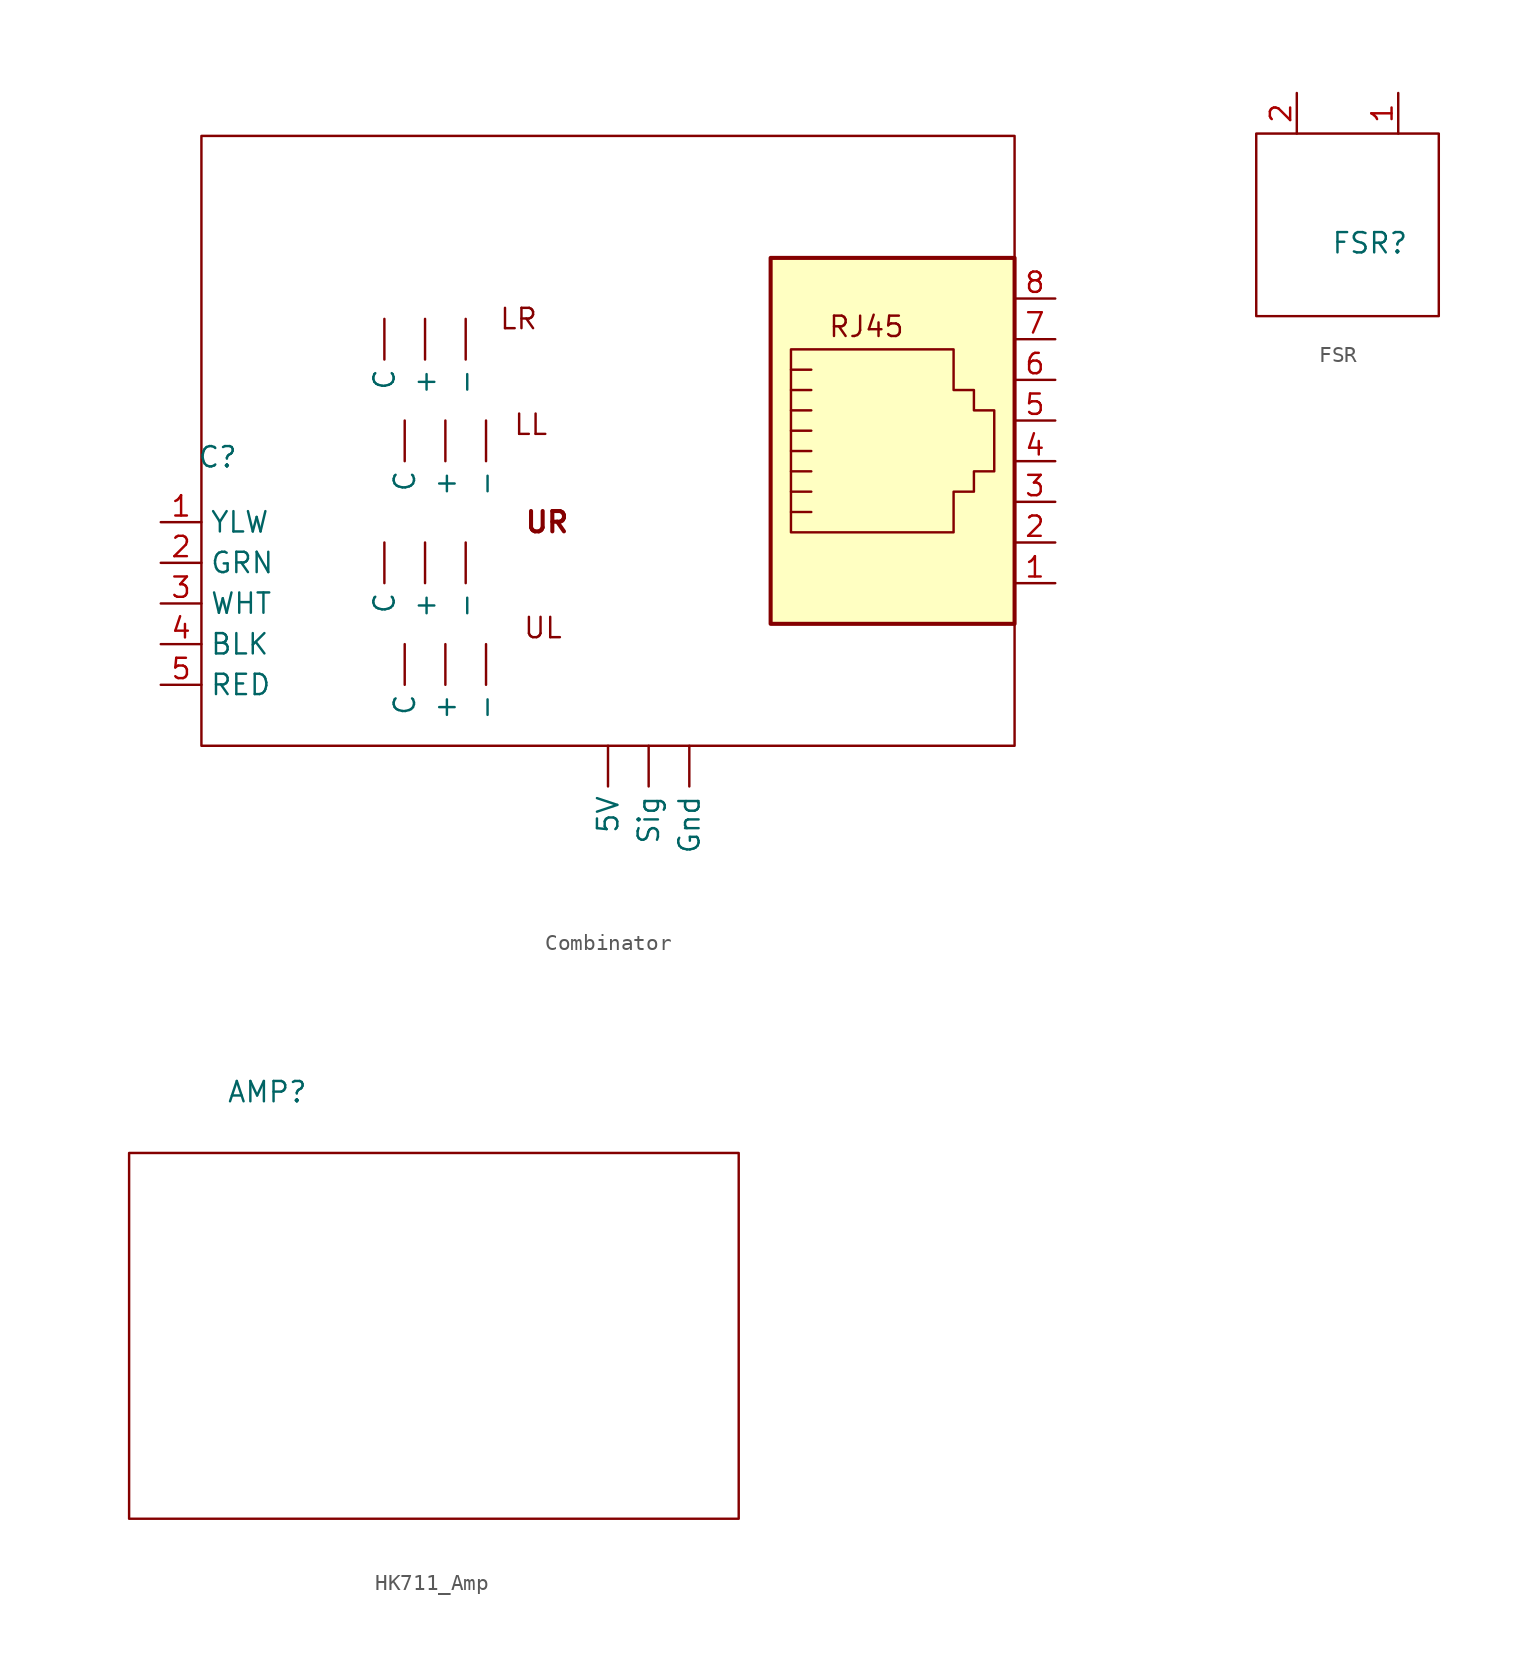
<source format=kicad_sym>
(kicad_symbol_lib
  (version 20231120)
  (generator "kicad_symbol_editor")
  (generator_version "8.0")
  (symbol "Combinator"
    (property "Reference" "C"
      (at 1.016 18.034 0)
      (effects (font (size 1.27 1.27))))
    (property "Value" ""
      (at 0 0 0)
      (effects (font (size 1.27 1.27))))
    (symbol "Combinator_0_1"
      (polyline (pts (xy 38.1 22.225) (xy 36.83 22.225)) (stroke (width 0) (type default)) (fill (type none)))
      (polyline (pts (xy 38.1 23.495) (xy 36.83 23.495)) (stroke (width 0) (type default)) (fill (type none)))
      (polyline (pts (xy 36.83 14.605) (xy 38.1 14.605) (xy 38.1 14.605)) (stroke (width 0) (type default)) (fill (type none)))
      (polyline (pts (xy 36.83 15.875) (xy 38.1 15.875) (xy 38.1 15.875)) (stroke (width 0) (type default)) (fill (type none)))
      (polyline (pts (xy 36.83 17.145) (xy 38.1 17.145) (xy 38.1 17.145)) (stroke (width 0) (type default)) (fill (type none)))
      (polyline (pts (xy 36.83 18.415) (xy 38.1 18.415) (xy 38.1 18.415)) (stroke (width 0) (type default)) (fill (type none)))
      (polyline (pts (xy 36.83 19.685) (xy 38.1 19.685) (xy 38.1 19.685)) (stroke (width 0) (type default)) (fill (type none)))
      (polyline (pts (xy 38.1 20.955) (xy 36.83 20.955) (xy 36.83 20.955)) (stroke (width 0) (type default)) (fill (type none)))
      (polyline (pts (xy 36.83 13.335) (xy 36.83 24.765) (xy 46.99 24.765) (xy 46.99 22.225) (xy 48.26 22.225) (xy 48.26 20.955) (xy 49.53 20.955) (xy 49.53 17.145) (xy 48.26 17.145) (xy 48.26 15.875) (xy 46.99 15.875) (xy 46.99 13.335) (xy 36.83 13.335) (xy 36.83 13.335)) (stroke (width 0) (type default)) (fill (type none)))
      (rectangle (start 0 38.1) (end 50.8 0) (stroke (width 0) (type default)) (fill (type none)))
      (rectangle (start 35.56 30.48) (end 50.8 7.62) (stroke (width 0.254) (type default)) (fill (type background))))
    (symbol "Combinator_1_1"
      (text "LL" (at 20.574 20.066 0) (effects (font (size 1.27 1.27))))
      (text "LR" (at 19.812 26.67 0) (effects (font (size 1.27 1.27))))
      (text "UL" (at 21.336 7.366 0) (effects (font (size 1.27 1.27))))
      (text "UR" (at 21.59 13.97 0) (effects (font (size 1.27 1.27) (thickness 0.254) (bold yes))))
      (text_box "RJ45" (at 38.1 27.94 0) (size 6.35 -2.54) (stroke (width -0.0001) (type default)) (fill (type none)) (effects (font (size 1.27 1.27)) (justify left top)))
      (pin bidirectional line (at 13.97 12.7 270) (length 2.54) (name "+" (effects (font (size 1.27 1.27)))) (number "" (effects (font (size 1.27 1.27)))))
      (pin bidirectional line (at 13.97 26.67 270) (length 2.54) (name "+" (effects (font (size 1.27 1.27)))) (number "" (effects (font (size 1.27 1.27)))))
      (pin bidirectional line (at 15.24 6.35 270) (length 2.54) (name "+" (effects (font (size 1.27 1.27)))) (number "" (effects (font (size 1.27 1.27)))))
      (pin bidirectional line (at 15.24 20.32 270) (length 2.54) (name "+" (effects (font (size 1.27 1.27)))) (number "" (effects (font (size 1.27 1.27)))))
      (pin bidirectional line (at 16.51 12.7 270) (length 2.54) (name "-" (effects (font (size 1.27 1.27)))) (number "" (effects (font (size 1.27 1.27)))))
      (pin bidirectional line (at 16.51 26.67 270) (length 2.54) (name "-" (effects (font (size 1.27 1.27)))) (number "" (effects (font (size 1.27 1.27)))))
      (pin bidirectional line (at 17.78 6.35 270) (length 2.54) (name "-" (effects (font (size 1.27 1.27)))) (number "" (effects (font (size 1.27 1.27)))))
      (pin bidirectional line (at 17.78 20.32 270) (length 2.54) (name "-" (effects (font (size 1.27 1.27)))) (number "" (effects (font (size 1.27 1.27)))))
      (pin power_in line (at 25.4 0 270) (length 2.54) (name "5V" (effects (font (size 1.27 1.27)))) (number "" (effects (font (size 1.27 1.27)))))
      (pin bidirectional line (at 11.43 12.7 270) (length 2.54) (name "C" (effects (font (size 1.27 1.27)))) (number "" (effects (font (size 1.27 1.27)))))
      (pin bidirectional line (at 11.43 26.67 270) (length 2.54) (name "C" (effects (font (size 1.27 1.27)))) (number "" (effects (font (size 1.27 1.27)))))
      (pin bidirectional line (at 12.7 6.35 270) (length 2.54) (name "C" (effects (font (size 1.27 1.27)))) (number "" (effects (font (size 1.27 1.27)))))
      (pin bidirectional line (at 12.7 20.32 270) (length 2.54) (name "C" (effects (font (size 1.27 1.27)))) (number "" (effects (font (size 1.27 1.27)))))
      (pin power_in line (at 30.48 0 270) (length 2.54) (name "Gnd" (effects (font (size 1.27 1.27)))) (number "" (effects (font (size 1.27 1.27)))))
      (pin bidirectional line (at 27.94 0 270) (length 2.54) (name "Sig" (effects (font (size 1.27 1.27)))) (number "" (effects (font (size 1.27 1.27)))))
      (pin bidirectional line (at -2.54 13.97 0) (length 2.54) (name "YLW" (effects (font (size 1.27 1.27)))) (number "1" (effects (font (size 1.27 1.27)))))
      (pin passive line (at 53.34 10.16 180) (length 2.54) (name "~" (effects (font (size 1.27 1.27)))) (number "1" (effects (font (size 1.27 1.27)))))
      (pin bidirectional line (at -2.54 11.43 0) (length 2.54) (name "GRN" (effects (font (size 1.27 1.27)))) (number "2" (effects (font (size 1.27 1.27)))))
      (pin passive line (at 53.34 12.7 180) (length 2.54) (name "~" (effects (font (size 1.27 1.27)))) (number "2" (effects (font (size 1.27 1.27)))))
      (pin bidirectional line (at -2.54 8.89 0) (length 2.54) (name "WHT" (effects (font (size 1.27 1.27)))) (number "3" (effects (font (size 1.27 1.27)))))
      (pin passive line (at 53.34 15.24 180) (length 2.54) (name "~" (effects (font (size 1.27 1.27)))) (number "3" (effects (font (size 1.27 1.27)))))
      (pin bidirectional line (at -2.54 6.35 0) (length 2.54) (name "BLK" (effects (font (size 1.27 1.27)))) (number "4" (effects (font (size 1.27 1.27)))))
      (pin passive line (at 53.34 17.78 180) (length 2.54) (name "~" (effects (font (size 1.27 1.27)))) (number "4" (effects (font (size 1.27 1.27)))))
      (pin bidirectional line (at -2.54 3.81 0) (length 2.54) (name "RED" (effects (font (size 1.27 1.27)))) (number "5" (effects (font (size 1.27 1.27)))))
      (pin passive line (at 53.34 20.32 180) (length 2.54) (name "~" (effects (font (size 1.27 1.27)))) (number "5" (effects (font (size 1.27 1.27)))))
      (pin passive line (at 53.34 22.86 180) (length 2.54) (name "~" (effects (font (size 1.27 1.27)))) (number "6" (effects (font (size 1.27 1.27)))))
      (pin passive line (at 53.34 25.4 180) (length 2.54) (name "~" (effects (font (size 1.27 1.27)))) (number "7" (effects (font (size 1.27 1.27)))))
      (pin passive line (at 53.34 27.94 180) (length 2.54) (name "~" (effects (font (size 1.27 1.27)))) (number "8" (effects (font (size 1.27 1.27)))))))
  (symbol "FSR"
    (property "Reference" "FSR"
      (at 7.112 4.572 0)
      (effects (font (size 1.27 1.27))))
    (property "Value" ""
      (at -1.016 1.27 0)
      (effects (font (size 1.27 1.27))))
    (symbol "FSR_0_1"
      (rectangle (start 0 11.43) (end 11.43 0) (stroke (width 0) (type default)) (fill (type none))))
    (symbol "FSR_1_1"
      (pin input line (at 8.89 13.97 270) (length 2.54) (name "" (effects (font (size 1.27 1.27)))) (number "1" (effects (font (size 1.27 1.27)))))
      (pin output line (at 2.54 13.97 270) (length 2.54) (name "" (effects (font (size 1.27 1.27)))) (number "2" (effects (font (size 1.27 1.27)))))))
  (symbol "HK711_Amp"
    (property "Reference" "AMP"
      (at 8.636 26.67 0)
      (effects (font (size 1.27 1.27))))
    (property "Value" ""
      (at 0 0 0)
      (effects (font (size 1.27 1.27))))
    (symbol "HK711_Amp_0_1"
      (rectangle (start 0 22.86) (end 38.1 0) (stroke (width 0) (type default)) (fill (type none))))))
</source>
